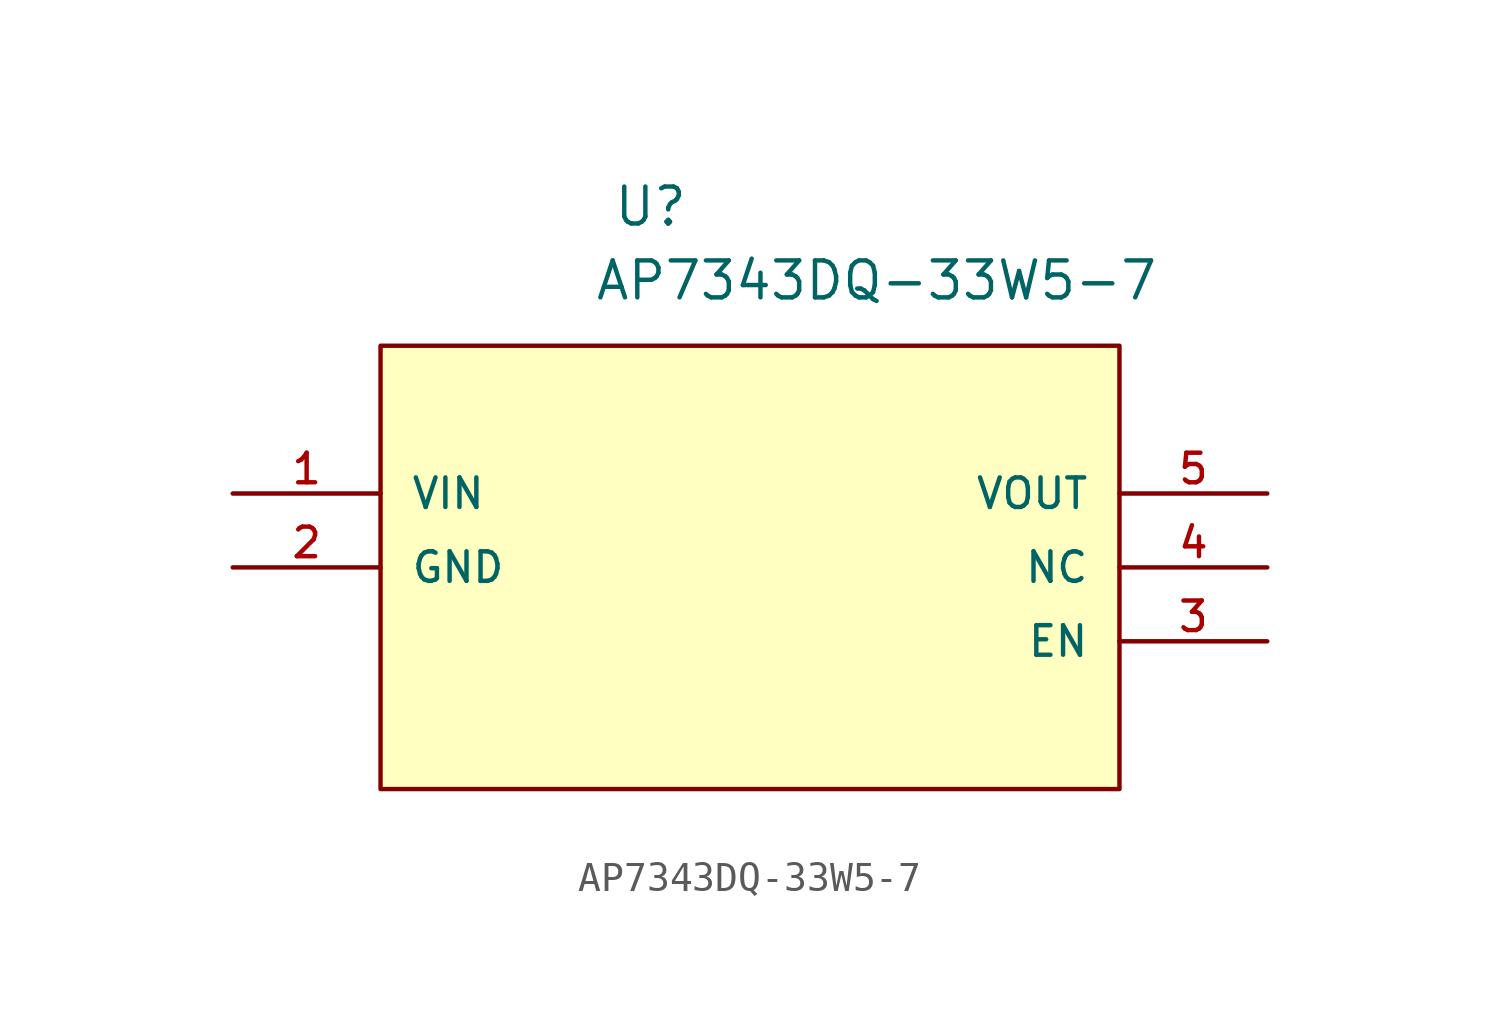
<source format=kicad_sym>
(kicad_symbol_lib
  (version 20211014)
  (generator kicad_symbol_editor)
  (symbol "AP7343DQ-33W5-7"
    (pin_names
      (offset 1.016))
    (property "Reference" "U"
      (at 15.595 9.119 0)
      (effects (font (size 1.27 1.27)) (justify bottom left)))
    (property "Value" "AP7343DQ-33W5-7"
      (at 14.955 6.579 0)
      (effects (font (size 1.27 1.27)) (justify bottom left)))
    (symbol "AP7343DQ-33W5-7_0_0"
      (rectangle (start 7.62 -10.16) (end 33.02 5.08) (stroke (width 0.152)) (fill (type background)))
      (pin passive line (at 2.54 0.0 0) (length 5.08) (name "VIN" (effects (font (size 1.016 1.016)))) (number "1" (effects (font (size 1.016 1.016)))))
      (pin passive line (at 2.54 -2.54 0) (length 5.08) (name "GND" (effects (font (size 1.016 1.016)))) (number "2" (effects (font (size 1.016 1.016)))))
      (pin passive line (at 38.1 -5.08 180.0) (length 5.08) (name "EN" (effects (font (size 1.016 1.016)))) (number "3" (effects (font (size 1.016 1.016)))))
      (pin passive line (at 38.1 -2.54 180.0) (length 5.08) (name "NC" (effects (font (size 1.016 1.016)))) (number "4" (effects (font (size 1.016 1.016)))))
      (pin passive line (at 38.1 0.0 180.0) (length 5.08) (name "VOUT" (effects (font (size 1.016 1.016)))) (number "5" (effects (font (size 1.016 1.016))))))))
</source>
